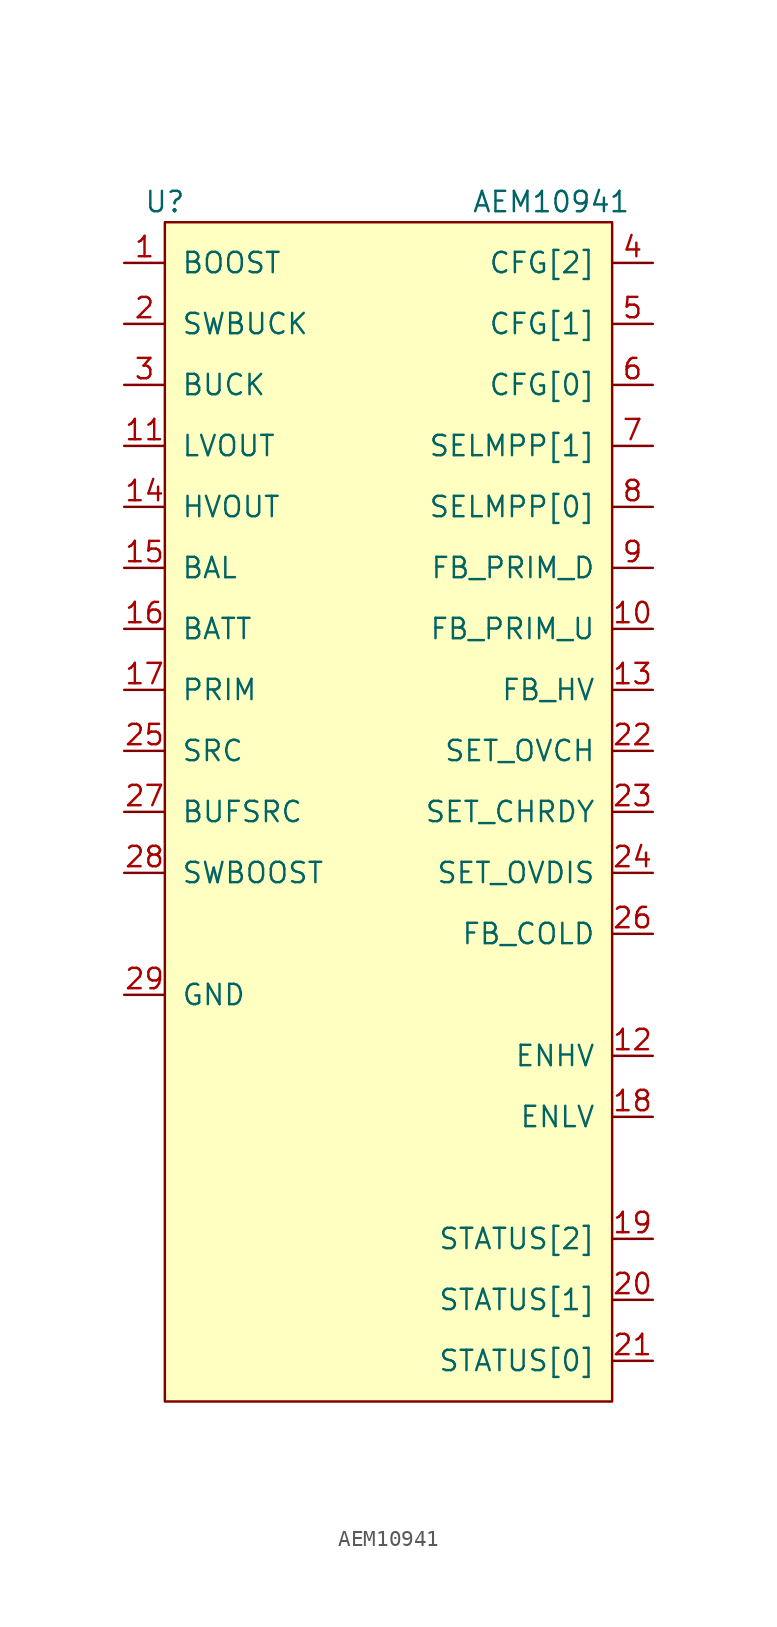
<source format=kicad_sym>
(kicad_symbol_lib
  (version 20211014)
  (generator kicad_symbol_editor)
  (symbol "AEM10941"
    (pin_names
      (offset 1.016))
    (property "Reference" "U"
      (at -13.97 31.75 0)
      (effects (font (size 1.27 1.27))))
    (property "Value" "AEM10941"
      (at 10.16 31.75 0)
      (effects (font (size 1.27 1.27))))
    (symbol "AEM10941_0_1"
      (rectangle (start -13.97 30.48) (end 13.97 -43.18) (stroke (width 0) (type default) (color 0 0 0 0)) (fill (type background))))
    (symbol "AEM10941_1_1"
      (pin power_out line (at -16.51 27.94 0) (length 2.54) (name "BOOST" (effects (font (size 1.27 1.27)))) (number "1" (effects (font (size 1.27 1.27)))))
      (pin input line (at 16.51 5.08 180) (length 2.54) (name "FB_PRIM_U" (effects (font (size 1.27 1.27)))) (number "10" (effects (font (size 1.27 1.27)))))
      (pin power_out line (at -16.51 16.51 0) (length 2.54) (name "LVOUT" (effects (font (size 1.27 1.27)))) (number "11" (effects (font (size 1.27 1.27)))))
      (pin input line (at 16.51 -21.59 180) (length 2.54) (name "ENHV" (effects (font (size 1.27 1.27)))) (number "12" (effects (font (size 1.27 1.27)))))
      (pin input line (at 16.51 1.27 180) (length 2.54) (name "FB_HV" (effects (font (size 1.27 1.27)))) (number "13" (effects (font (size 1.27 1.27)))))
      (pin power_out line (at -16.51 12.7 0) (length 2.54) (name "HVOUT" (effects (font (size 1.27 1.27)))) (number "14" (effects (font (size 1.27 1.27)))))
      (pin power_out line (at -16.51 8.89 0) (length 2.54) (name "BAL" (effects (font (size 1.27 1.27)))) (number "15" (effects (font (size 1.27 1.27)))))
      (pin bidirectional line (at -16.51 5.08 0) (length 2.54) (name "BATT" (effects (font (size 1.27 1.27)))) (number "16" (effects (font (size 1.27 1.27)))))
      (pin power_in line (at -16.51 1.27 0) (length 2.54) (name "PRIM" (effects (font (size 1.27 1.27)))) (number "17" (effects (font (size 1.27 1.27)))))
      (pin input line (at 16.51 -25.4 180) (length 2.54) (name "ENLV" (effects (font (size 1.27 1.27)))) (number "18" (effects (font (size 1.27 1.27)))))
      (pin output line (at 16.51 -33.02 180) (length 2.54) (name "STATUS[2]" (effects (font (size 1.27 1.27)))) (number "19" (effects (font (size 1.27 1.27)))))
      (pin passive line (at -16.51 24.13 0) (length 2.54) (name "SWBUCK" (effects (font (size 1.27 1.27)))) (number "2" (effects (font (size 1.27 1.27)))))
      (pin output line (at 16.51 -36.83 180) (length 2.54) (name "STATUS[1]" (effects (font (size 1.27 1.27)))) (number "20" (effects (font (size 1.27 1.27)))))
      (pin output line (at 16.51 -40.64 180) (length 2.54) (name "STATUS[0]" (effects (font (size 1.27 1.27)))) (number "21" (effects (font (size 1.27 1.27)))))
      (pin input line (at 16.51 -2.54 180) (length 2.54) (name "SET_OVCH" (effects (font (size 1.27 1.27)))) (number "22" (effects (font (size 1.27 1.27)))))
      (pin input line (at 16.51 -6.35 180) (length 2.54) (name "SET_CHRDY" (effects (font (size 1.27 1.27)))) (number "23" (effects (font (size 1.27 1.27)))))
      (pin input line (at 16.51 -10.16 180) (length 2.54) (name "SET_OVDIS" (effects (font (size 1.27 1.27)))) (number "24" (effects (font (size 1.27 1.27)))))
      (pin power_in line (at -16.51 -2.54 0) (length 2.54) (name "SRC" (effects (font (size 1.27 1.27)))) (number "25" (effects (font (size 1.27 1.27)))))
      (pin input line (at 16.51 -13.97 180) (length 2.54) (name "FB_COLD" (effects (font (size 1.27 1.27)))) (number "26" (effects (font (size 1.27 1.27)))))
      (pin power_in line (at -16.51 -6.35 0) (length 2.54) (name "BUFSRC" (effects (font (size 1.27 1.27)))) (number "27" (effects (font (size 1.27 1.27)))))
      (pin power_in line (at -16.51 -10.16 0) (length 2.54) (name "SWBOOST" (effects (font (size 1.27 1.27)))) (number "28" (effects (font (size 1.27 1.27)))))
      (pin power_in line (at -16.51 -17.78 0) (length 2.54) (name "GND" (effects (font (size 1.27 1.27)))) (number "29" (effects (font (size 1.27 1.27)))))
      (pin power_out line (at -16.51 20.32 0) (length 2.54) (name "BUCK" (effects (font (size 1.27 1.27)))) (number "3" (effects (font (size 1.27 1.27)))))
      (pin input line (at 16.51 27.94 180) (length 2.54) (name "CFG[2]" (effects (font (size 1.27 1.27)))) (number "4" (effects (font (size 1.27 1.27)))))
      (pin input line (at 16.51 24.13 180) (length 2.54) (name "CFG[1]" (effects (font (size 1.27 1.27)))) (number "5" (effects (font (size 1.27 1.27)))))
      (pin input line (at 16.51 20.32 180) (length 2.54) (name "CFG[0]" (effects (font (size 1.27 1.27)))) (number "6" (effects (font (size 1.27 1.27)))))
      (pin input line (at 16.51 16.51 180) (length 2.54) (name "SELMPP[1]" (effects (font (size 1.27 1.27)))) (number "7" (effects (font (size 1.27 1.27)))))
      (pin input line (at 16.51 12.7 180) (length 2.54) (name "SELMPP[0]" (effects (font (size 1.27 1.27)))) (number "8" (effects (font (size 1.27 1.27)))))
      (pin input line (at 16.51 8.89 180) (length 2.54) (name "FB_PRIM_D" (effects (font (size 1.27 1.27)))) (number "9" (effects (font (size 1.27 1.27))))))))
</source>
